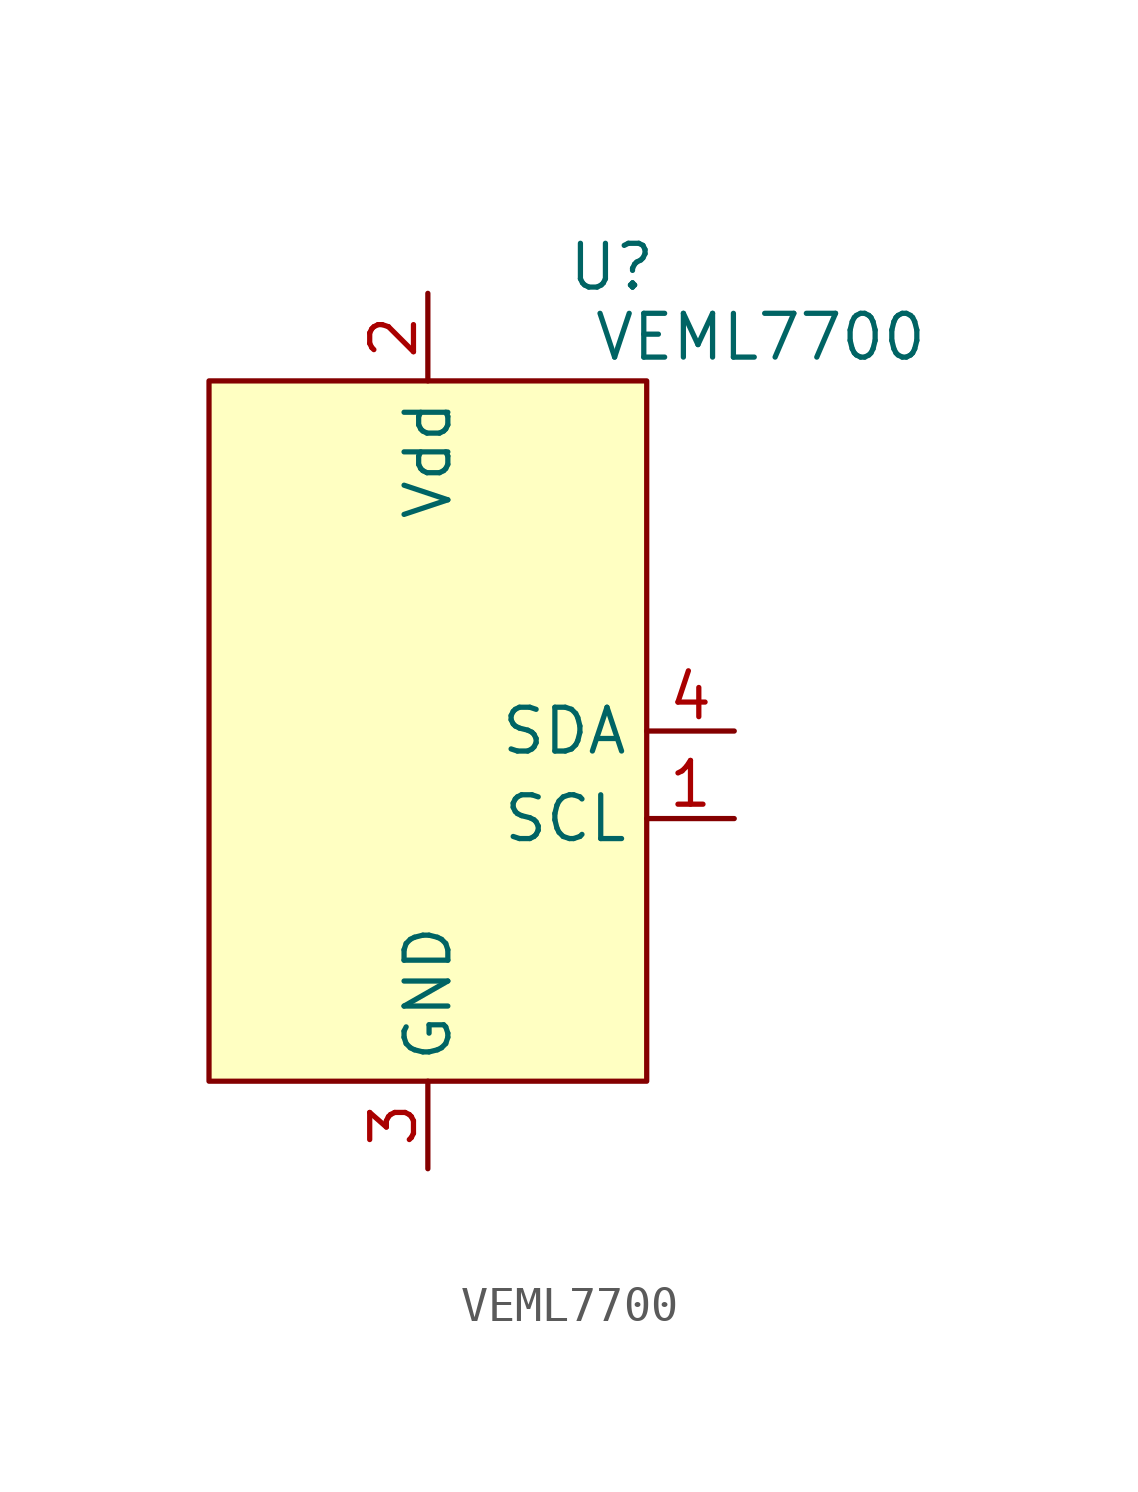
<source format=kicad_sym>
(kicad_symbol_lib
  (version 20231120)
  (generator "kicad_symbol_editor")
  (generator_version "8.0")
  (symbol "VEML7700"
    (property "Reference" "U"
      (at 5.334 13.462 0)
      (effects (font (size 1.27 1.27))))
    (property "Value" "VEML7700"
      (at 9.652 11.43 0)
      (effects (font (size 1.27 1.27))))
    (symbol "VEML7700_1_1"
      (rectangle (start -6.35 10.16) (end 6.35 -10.16) (stroke (width 0) (type default)) (fill (type background)))
      (pin bidirectional line (at 8.89 -2.54 180) (length 2.54) (name "SCL" (effects (font (size 1.27 1.27)))) (number "1" (effects (font (size 1.27 1.27)))))
      (pin power_in line (at 0 12.7 270) (length 2.54) (name "Vdd" (effects (font (size 1.27 1.27)))) (number "2" (effects (font (size 1.27 1.27)))))
      (pin power_out line (at 0 -12.7 90) (length 2.54) (name "GND" (effects (font (size 1.27 1.27)))) (number "3" (effects (font (size 1.27 1.27)))))
      (pin bidirectional line (at 8.89 0 180) (length 2.54) (name "SDA" (effects (font (size 1.27 1.27)))) (number "4" (effects (font (size 1.27 1.27))))))))
</source>
